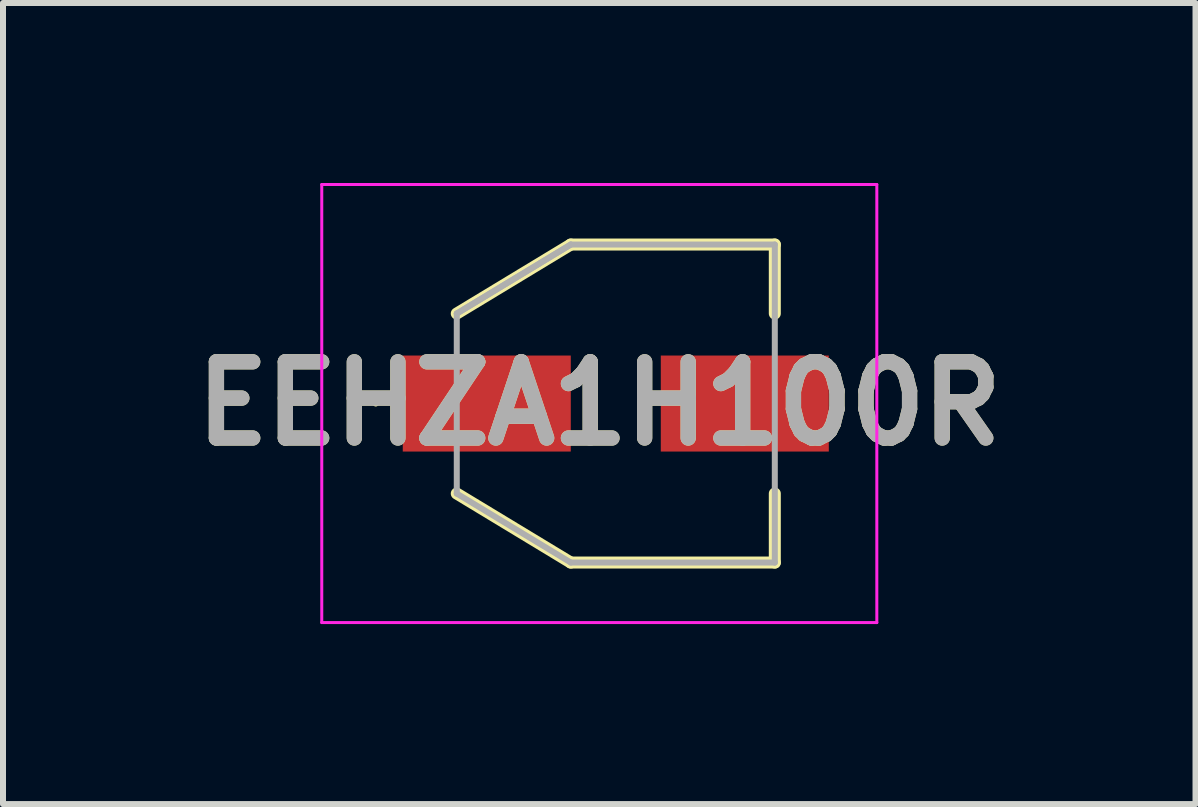
<source format=kicad_pcb>
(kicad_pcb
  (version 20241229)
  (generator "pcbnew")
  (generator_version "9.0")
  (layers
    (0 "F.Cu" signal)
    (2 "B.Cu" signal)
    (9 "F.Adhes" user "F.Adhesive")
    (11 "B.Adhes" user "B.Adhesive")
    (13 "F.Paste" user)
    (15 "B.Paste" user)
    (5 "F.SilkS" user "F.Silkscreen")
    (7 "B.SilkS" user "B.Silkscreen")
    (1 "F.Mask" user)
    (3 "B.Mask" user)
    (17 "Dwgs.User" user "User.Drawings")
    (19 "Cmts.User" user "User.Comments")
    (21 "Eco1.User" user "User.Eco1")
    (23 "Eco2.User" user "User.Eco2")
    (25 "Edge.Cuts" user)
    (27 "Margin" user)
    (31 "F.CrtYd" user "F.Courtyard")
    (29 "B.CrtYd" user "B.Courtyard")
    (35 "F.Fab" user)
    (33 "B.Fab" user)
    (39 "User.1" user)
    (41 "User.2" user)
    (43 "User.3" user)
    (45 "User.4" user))
  (footprint "EEHZA1H100R"
    (layer "F.Cu")
    (at 7.212 3.675)
    (property "Reference" "EEHZA1H100R" (at -0.275 0 0) (layer "F.SilkS") (effects (font (size 1.27 1.27) (thickness 0.254))))
    (attr smd)
    (fp_line (start -4.025 0) (end -4.025 0) (stroke (width 0.05) (type solid)) (layer "F.SilkS"))
    (fp_line (start -3.975 0) (end -3.975 0) (stroke (width 0.05) (type solid)) (layer "F.SilkS"))
    (fp_line (start -2.65 -1.5) (end -0.75 -2.65) (stroke (width 0.2) (type solid)) (layer "F.SilkS"))
    (fp_line (start -2.65 1.5) (end -0.75 2.65) (stroke (width 0.2) (type solid)) (layer "F.SilkS"))
    (fp_line (start -0.75 -2.65) (end 2.65 -2.65) (stroke (width 0.2) (type solid)) (layer "F.SilkS"))
    (fp_line (start -0.75 2.65) (end 2.65 2.65) (stroke (width 0.2) (type solid)) (layer "F.SilkS"))
    (fp_line (start 2.65 -2.65) (end 2.65 -1.5) (stroke (width 0.2) (type solid)) (layer "F.SilkS"))
    (fp_line (start 2.65 2.65) (end 2.65 1.5) (stroke (width 0.2) (type solid)) (layer "F.SilkS"))
    (fp_arc (start -4.025 0) (mid -4 -0.025) (end -3.975 0) (stroke (width 0.05) (type solid)) (layer "F.SilkS"))
    (fp_arc (start -3.975 0) (mid -4 0.025) (end -4.025 0) (stroke (width 0.05) (type solid)) (layer "F.SilkS"))
    (fp_line (start -4.9 -3.65) (end 4.35 -3.65) (stroke (width 0.05) (type solid)) (layer "F.CrtYd"))
    (fp_line (start -4.9 3.65) (end -4.9 -3.65) (stroke (width 0.05) (type solid)) (layer "F.CrtYd"))
    (fp_line (start 4.35 -3.65) (end 4.35 3.65) (stroke (width 0.05) (type solid)) (layer "F.CrtYd"))
    (fp_line (start 4.35 3.65) (end -4.9 3.65) (stroke (width 0.05) (type solid)) (layer "F.CrtYd"))
    (fp_line (start -2.65 -1.5) (end -0.75 -2.65) (stroke (width 0.1) (type solid)) (layer "F.Fab"))
    (fp_line (start -2.65 -1.5) (end -0.75 -2.65) (stroke (width 0.1) (type solid)) (layer "F.Fab"))
    (fp_line (start -2.65 1.5) (end -2.65 -1.5) (stroke (width 0.1) (type solid)) (layer "F.Fab"))
    (fp_line (start -0.75 -2.65) (end 2.65 -2.65) (stroke (width 0.1) (type solid)) (layer "F.Fab"))
    (fp_line (start -0.75 2.65) (end -2.65 1.5) (stroke (width 0.1) (type solid)) (layer "F.Fab"))
    (fp_line (start 2.65 -2.65) (end 2.65 2.65) (stroke (width 0.1) (type solid)) (layer "F.Fab"))
    (fp_line (start 2.65 2.65) (end -0.75 2.65) (stroke (width 0.1) (type solid)) (layer "F.Fab"))
    (fp_text user "${REFERENCE}" (at -0.275 0 0) (layer "F.Fab") (effects (font (size 1.27 1.27) (thickness 0.254))))
    (pad "1" smd rect (at -2.15 0 90) (size 1.6 2.8) (layers "F.Cu" "F.Mask" "F.Paste"))
    (pad "2" smd rect (at 2.15 0 90) (size 1.6 2.8) (layers "F.Cu" "F.Mask" "F.Paste")))
  (gr_rect
    (start -3 -3)
    (end 16.873 10.35)
    (stroke (width 0.1) (type default))
    (fill no)
    (layer "Edge.Cuts")))
</source>
